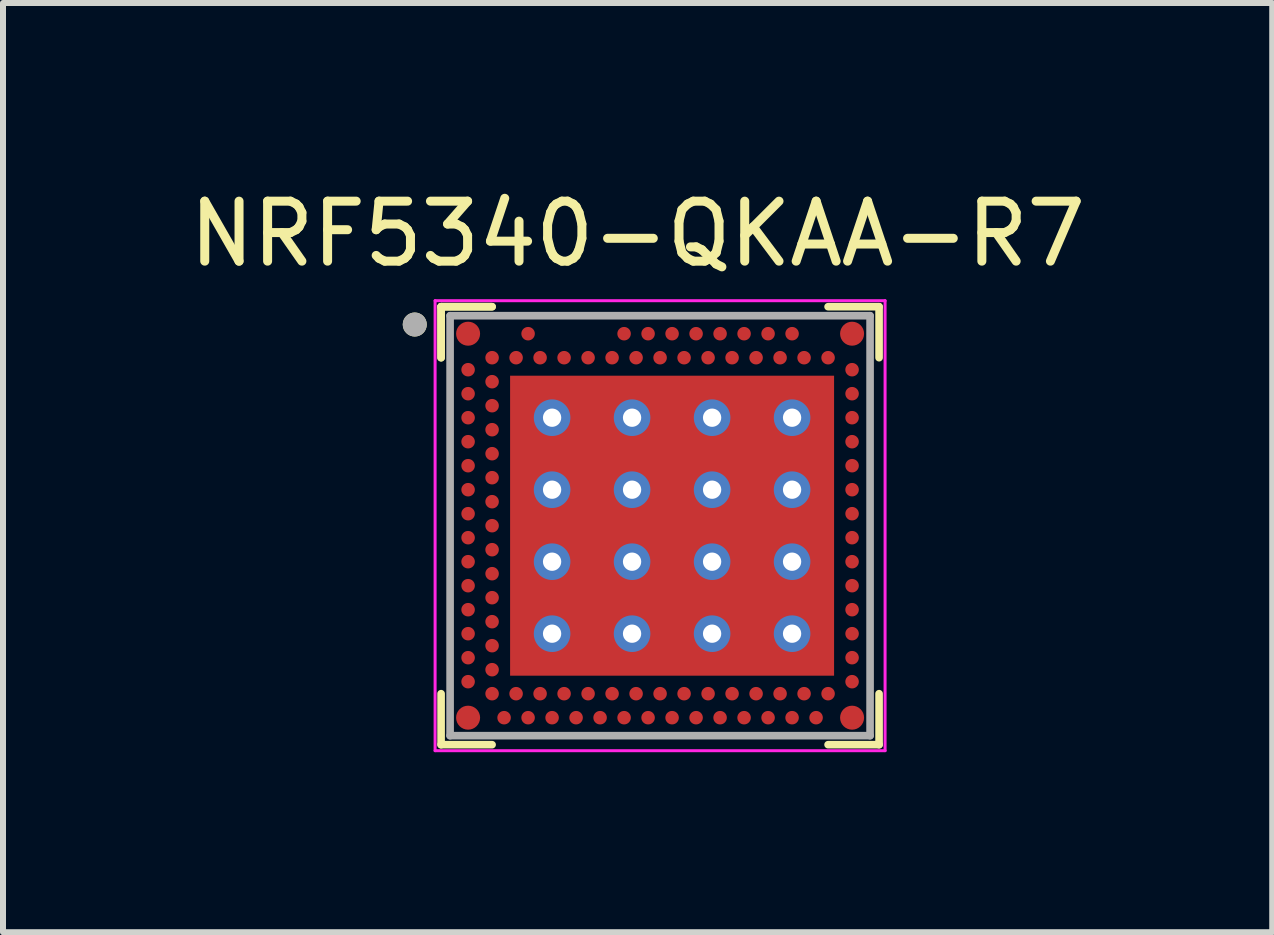
<source format=kicad_pcb>
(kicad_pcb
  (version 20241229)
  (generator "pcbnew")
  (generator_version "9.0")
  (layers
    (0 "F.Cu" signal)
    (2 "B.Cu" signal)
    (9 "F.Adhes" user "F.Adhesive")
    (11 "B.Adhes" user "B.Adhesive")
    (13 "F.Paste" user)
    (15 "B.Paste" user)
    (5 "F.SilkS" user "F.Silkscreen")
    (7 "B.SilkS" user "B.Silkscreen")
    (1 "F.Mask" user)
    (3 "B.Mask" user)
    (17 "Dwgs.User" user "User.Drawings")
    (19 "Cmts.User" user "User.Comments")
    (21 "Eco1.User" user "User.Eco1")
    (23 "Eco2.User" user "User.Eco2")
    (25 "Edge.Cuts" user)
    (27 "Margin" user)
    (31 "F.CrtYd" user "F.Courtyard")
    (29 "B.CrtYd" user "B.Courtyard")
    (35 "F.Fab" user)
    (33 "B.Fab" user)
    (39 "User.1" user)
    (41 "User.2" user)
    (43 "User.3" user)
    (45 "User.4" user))
  (footprint "NRF5340-QKAA-R7"
    (layer "F.Cu")
    (at 7.952 5.712)
    (property "Reference" "NRF5340-QKAA-R7" (at -0.375 -4.864 0) (layer "F.SilkS") (effects (font (size 1 1) (thickness 0.15))))
    (attr smd)
    (fp_line (start -3.65 -3.65) (end -3.65 -2.8) (stroke (width 0.127) (type solid)) (layer "F.SilkS"))
    (fp_line (start -3.65 -3.65) (end -3.65 -2.8) (stroke (width 0.127) (type solid)) (layer "F.SilkS"))
    (fp_line (start -3.65 2.8) (end -3.65 3.65) (stroke (width 0.127) (type solid)) (layer "F.SilkS"))
    (fp_line (start -3.65 3.65) (end -2.8 3.65) (stroke (width 0.127) (type solid)) (layer "F.SilkS"))
    (fp_line (start -2.8 -3.65) (end -3.65 -3.65) (stroke (width 0.127) (type solid)) (layer "F.SilkS"))
    (fp_line (start -2.8 -3.65) (end -3.65 -3.65) (stroke (width 0.127) (type solid)) (layer "F.SilkS"))
    (fp_line (start 2.8 3.65) (end 3.65 3.65) (stroke (width 0.127) (type solid)) (layer "F.SilkS"))
    (fp_line (start 3.65 -3.65) (end 2.8 -3.65) (stroke (width 0.127) (type solid)) (layer "F.SilkS"))
    (fp_line (start 3.65 -2.8) (end 3.65 -3.65) (stroke (width 0.127) (type solid)) (layer "F.SilkS"))
    (fp_line (start 3.65 3.65) (end 3.65 2.8) (stroke (width 0.127) (type solid)) (layer "F.SilkS"))
    (fp_circle (center -4.089 -3.353) (end -3.989 -3.353) (stroke (width 0.2) (type solid)) (fill no) (layer "F.SilkS"))
    (fp_circle (center -3.2 -3.2) (end -3.103 -3.2) (stroke (width 0.194) (type solid)) (fill no) (layer "F.Paste"))
    (fp_circle (center -3.2 -2.6) (end -3.147 -2.6) (stroke (width 0.106) (type solid)) (fill no) (layer "F.Paste"))
    (fp_circle (center -3.2 -2.2) (end -3.147 -2.2) (stroke (width 0.106) (type solid)) (fill no) (layer "F.Paste"))
    (fp_circle (center -3.2 -1.8) (end -3.147 -1.8) (stroke (width 0.106) (type solid)) (fill no) (layer "F.Paste"))
    (fp_circle (center -3.2 -1.4) (end -3.147 -1.4) (stroke (width 0.106) (type solid)) (fill no) (layer "F.Paste"))
    (fp_circle (center -3.2 -1) (end -3.147 -1) (stroke (width 0.106) (type solid)) (fill no) (layer "F.Paste"))
    (fp_circle (center -3.2 -0.6) (end -3.147 -0.6) (stroke (width 0.106) (type solid)) (fill no) (layer "F.Paste"))
    (fp_circle (center -3.2 -0.2) (end -3.147 -0.2) (stroke (width 0.106) (type solid)) (fill no) (layer "F.Paste"))
    (fp_circle (center -3.2 0.2) (end -3.147 0.2) (stroke (width 0.106) (type solid)) (fill no) (layer "F.Paste"))
    (fp_circle (center -3.2 0.6) (end -3.147 0.6) (stroke (width 0.106) (type solid)) (fill no) (layer "F.Paste"))
    (fp_circle (center -3.2 1) (end -3.147 1) (stroke (width 0.106) (type solid)) (fill no) (layer "F.Paste"))
    (fp_circle (center -3.2 1.4) (end -3.147 1.4) (stroke (width 0.106) (type solid)) (fill no) (layer "F.Paste"))
    (fp_circle (center -3.2 1.8) (end -3.147 1.8) (stroke (width 0.106) (type solid)) (fill no) (layer "F.Paste"))
    (fp_circle (center -3.2 2.2) (end -3.147 2.2) (stroke (width 0.106) (type solid)) (fill no) (layer "F.Paste"))
    (fp_circle (center -3.2 2.6) (end -3.147 2.6) (stroke (width 0.106) (type solid)) (fill no) (layer "F.Paste"))
    (fp_circle (center -3.2 3.2) (end -3.103 3.2) (stroke (width 0.194) (type solid)) (fill no) (layer "F.Paste"))
    (fp_circle (center -2.8 -2.8) (end -2.747 -2.8) (stroke (width 0.106) (type solid)) (fill no) (layer "F.Paste"))
    (fp_circle (center -2.8 -2.4) (end -2.747 -2.4) (stroke (width 0.106) (type solid)) (fill no) (layer "F.Paste"))
    (fp_circle (center -2.8 -2) (end -2.747 -2) (stroke (width 0.106) (type solid)) (fill no) (layer "F.Paste"))
    (fp_circle (center -2.8 -1.6) (end -2.747 -1.6) (stroke (width 0.106) (type solid)) (fill no) (layer "F.Paste"))
    (fp_circle (center -2.8 -1.2) (end -2.747 -1.2) (stroke (width 0.106) (type solid)) (fill no) (layer "F.Paste"))
    (fp_circle (center -2.8 -0.8) (end -2.747 -0.8) (stroke (width 0.106) (type solid)) (fill no) (layer "F.Paste"))
    (fp_circle (center -2.8 -0.4) (end -2.747 -0.4) (stroke (width 0.106) (type solid)) (fill no) (layer "F.Paste"))
    (fp_circle (center -2.8 0) (end -2.747 0) (stroke (width 0.106) (type solid)) (fill no) (layer "F.Paste"))
    (fp_circle (center -2.8 0.4) (end -2.747 0.4) (stroke (width 0.106) (type solid)) (fill no) (layer "F.Paste"))
    (fp_circle (center -2.8 0.8) (end -2.747 0.8) (stroke (width 0.106) (type solid)) (fill no) (layer "F.Paste"))
    (fp_circle (center -2.8 1.2) (end -2.747 1.2) (stroke (width 0.106) (type solid)) (fill no) (layer "F.Paste"))
    (fp_circle (center -2.8 1.6) (end -2.747 1.6) (stroke (width 0.106) (type solid)) (fill no) (layer "F.Paste"))
    (fp_circle (center -2.8 2) (end -2.747 2) (stroke (width 0.106) (type solid)) (fill no) (layer "F.Paste"))
    (fp_circle (center -2.8 2.4) (end -2.747 2.4) (stroke (width 0.106) (type solid)) (fill no) (layer "F.Paste"))
    (fp_circle (center -2.8 2.8) (end -2.747 2.8) (stroke (width 0.106) (type solid)) (fill no) (layer "F.Paste"))
    (fp_circle (center -2.6 3.2) (end -2.547 3.2) (stroke (width 0.106) (type solid)) (fill no) (layer "F.Paste"))
    (fp_circle (center -2.4 -2.8) (end -2.347 -2.8) (stroke (width 0.106) (type solid)) (fill no) (layer "F.Paste"))
    (fp_circle (center -2.4 2.8) (end -2.347 2.8) (stroke (width 0.106) (type solid)) (fill no) (layer "F.Paste"))
    (fp_circle (center -2.2 -3.2) (end -2.147 -3.2) (stroke (width 0.106) (type solid)) (fill no) (layer "F.Paste"))
    (fp_circle (center -2.2 3.2) (end -2.147 3.2) (stroke (width 0.106) (type solid)) (fill no) (layer "F.Paste"))
    (fp_circle (center -2 -2.8) (end -1.947 -2.8) (stroke (width 0.106) (type solid)) (fill no) (layer "F.Paste"))
    (fp_circle (center -2 2.8) (end -1.947 2.8) (stroke (width 0.106) (type solid)) (fill no) (layer "F.Paste"))
    (fp_circle (center -1.8 3.2) (end -1.747 3.2) (stroke (width 0.106) (type solid)) (fill no) (layer "F.Paste"))
    (fp_circle (center -1.6 -2.8) (end -1.547 -2.8) (stroke (width 0.106) (type solid)) (fill no) (layer "F.Paste"))
    (fp_circle (center -1.6 2.8) (end -1.547 2.8) (stroke (width 0.106) (type solid)) (fill no) (layer "F.Paste"))
    (fp_circle (center -1.4 3.2) (end -1.347 3.2) (stroke (width 0.106) (type solid)) (fill no) (layer "F.Paste"))
    (fp_circle (center -1.2 -2.8) (end -1.147 -2.8) (stroke (width 0.106) (type solid)) (fill no) (layer "F.Paste"))
    (fp_circle (center -1.2 2.8) (end -1.147 2.8) (stroke (width 0.106) (type solid)) (fill no) (layer "F.Paste"))
    (fp_circle (center -1 3.2) (end -0.947 3.2) (stroke (width 0.106) (type solid)) (fill no) (layer "F.Paste"))
    (fp_circle (center -0.8 -2.8) (end -0.747 -2.8) (stroke (width 0.106) (type solid)) (fill no) (layer "F.Paste"))
    (fp_circle (center -0.8 2.8) (end -0.747 2.8) (stroke (width 0.106) (type solid)) (fill no) (layer "F.Paste"))
    (fp_circle (center -0.6 -3.2) (end -0.547 -3.2) (stroke (width 0.106) (type solid)) (fill no) (layer "F.Paste"))
    (fp_circle (center -0.6 3.2) (end -0.547 3.2) (stroke (width 0.106) (type solid)) (fill no) (layer "F.Paste"))
    (fp_circle (center -0.4 -2.8) (end -0.347 -2.8) (stroke (width 0.106) (type solid)) (fill no) (layer "F.Paste"))
    (fp_circle (center -0.4 2.8) (end -0.347 2.8) (stroke (width 0.106) (type solid)) (fill no) (layer "F.Paste"))
    (fp_circle (center -0.2 -3.2) (end -0.147 -3.2) (stroke (width 0.106) (type solid)) (fill no) (layer "F.Paste"))
    (fp_circle (center -0.2 3.2) (end -0.147 3.2) (stroke (width 0.106) (type solid)) (fill no) (layer "F.Paste"))
    (fp_circle (center 0 -2.8) (end 0.053 -2.8) (stroke (width 0.106) (type solid)) (fill no) (layer "F.Paste"))
    (fp_circle (center 0 2.8) (end 0.053 2.8) (stroke (width 0.106) (type solid)) (fill no) (layer "F.Paste"))
    (fp_circle (center 0.2 -3.2) (end 0.253 -3.2) (stroke (width 0.106) (type solid)) (fill no) (layer "F.Paste"))
    (fp_circle (center 0.2 3.2) (end 0.253 3.2) (stroke (width 0.106) (type solid)) (fill no) (layer "F.Paste"))
    (fp_circle (center 0.4 -2.8) (end 0.453 -2.8) (stroke (width 0.106) (type solid)) (fill no) (layer "F.Paste"))
    (fp_circle (center 0.4 2.8) (end 0.453 2.8) (stroke (width 0.106) (type solid)) (fill no) (layer "F.Paste"))
    (fp_circle (center 0.6 -3.2) (end 0.653 -3.2) (stroke (width 0.106) (type solid)) (fill no) (layer "F.Paste"))
    (fp_circle (center 0.6 3.2) (end 0.653 3.2) (stroke (width 0.106) (type solid)) (fill no) (layer "F.Paste"))
    (fp_circle (center 0.8 -2.8) (end 0.853 -2.8) (stroke (width 0.106) (type solid)) (fill no) (layer "F.Paste"))
    (fp_circle (center 0.8 2.8) (end 0.853 2.8) (stroke (width 0.106) (type solid)) (fill no) (layer "F.Paste"))
    (fp_circle (center 1 -3.2) (end 1.053 -3.2) (stroke (width 0.106) (type solid)) (fill no) (layer "F.Paste"))
    (fp_circle (center 1 3.2) (end 1.053 3.2) (stroke (width 0.106) (type solid)) (fill no) (layer "F.Paste"))
    (fp_circle (center 1.2 -2.8) (end 1.253 -2.8) (stroke (width 0.106) (type solid)) (fill no) (layer "F.Paste"))
    (fp_circle (center 1.2 2.8) (end 1.253 2.8) (stroke (width 0.106) (type solid)) (fill no) (layer "F.Paste"))
    (fp_circle (center 1.4 -3.2) (end 1.453 -3.2) (stroke (width 0.106) (type solid)) (fill no) (layer "F.Paste"))
    (fp_circle (center 1.4 3.2) (end 1.453 3.2) (stroke (width 0.106) (type solid)) (fill no) (layer "F.Paste"))
    (fp_circle (center 1.6 -2.8) (end 1.653 -2.8) (stroke (width 0.106) (type solid)) (fill no) (layer "F.Paste"))
    (fp_circle (center 1.6 2.8) (end 1.653 2.8) (stroke (width 0.106) (type solid)) (fill no) (layer "F.Paste"))
    (fp_circle (center 1.8 -3.2) (end 1.853 -3.2) (stroke (width 0.106) (type solid)) (fill no) (layer "F.Paste"))
    (fp_circle (center 1.8 3.2) (end 1.853 3.2) (stroke (width 0.106) (type solid)) (fill no) (layer "F.Paste"))
    (fp_circle (center 2 -2.8) (end 2.053 -2.8) (stroke (width 0.106) (type solid)) (fill no) (layer "F.Paste"))
    (fp_circle (center 2 2.8) (end 2.053 2.8) (stroke (width 0.106) (type solid)) (fill no) (layer "F.Paste"))
    (fp_circle (center 2.2 -3.2) (end 2.253 -3.2) (stroke (width 0.106) (type solid)) (fill no) (layer "F.Paste"))
    (fp_circle (center 2.2 3.2) (end 2.253 3.2) (stroke (width 0.106) (type solid)) (fill no) (layer "F.Paste"))
    (fp_circle (center 2.4 -2.8) (end 2.453 -2.8) (stroke (width 0.106) (type solid)) (fill no) (layer "F.Paste"))
    (fp_circle (center 2.4 2.8) (end 2.453 2.8) (stroke (width 0.106) (type solid)) (fill no) (layer "F.Paste"))
    (fp_circle (center 2.6 3.2) (end 2.653 3.2) (stroke (width 0.106) (type solid)) (fill no) (layer "F.Paste"))
    (fp_circle (center 2.8 -2.8) (end 2.853 -2.8) (stroke (width 0.106) (type solid)) (fill no) (layer "F.Paste"))
    (fp_circle (center 2.8 2.8) (end 2.853 2.8) (stroke (width 0.106) (type solid)) (fill no) (layer "F.Paste"))
    (fp_circle (center 3.2 -3.2) (end 3.297 -3.2) (stroke (width 0.194) (type solid)) (fill no) (layer "F.Paste"))
    (fp_circle (center 3.2 -2.6) (end 3.253 -2.6) (stroke (width 0.106) (type solid)) (fill no) (layer "F.Paste"))
    (fp_circle (center 3.2 -2.2) (end 3.253 -2.2) (stroke (width 0.106) (type solid)) (fill no) (layer "F.Paste"))
    (fp_circle (center 3.2 -1.8) (end 3.253 -1.8) (stroke (width 0.106) (type solid)) (fill no) (layer "F.Paste"))
    (fp_circle (center 3.2 -1.4) (end 3.253 -1.4) (stroke (width 0.106) (type solid)) (fill no) (layer "F.Paste"))
    (fp_circle (center 3.2 -1) (end 3.253 -1) (stroke (width 0.106) (type solid)) (fill no) (layer "F.Paste"))
    (fp_circle (center 3.2 -0.6) (end 3.253 -0.6) (stroke (width 0.106) (type solid)) (fill no) (layer "F.Paste"))
    (fp_circle (center 3.2 -0.2) (end 3.253 -0.2) (stroke (width 0.106) (type solid)) (fill no) (layer "F.Paste"))
    (fp_circle (center 3.2 0.2) (end 3.253 0.2) (stroke (width 0.106) (type solid)) (fill no) (layer "F.Paste"))
    (fp_circle (center 3.2 0.6) (end 3.253 0.6) (stroke (width 0.106) (type solid)) (fill no) (layer "F.Paste"))
    (fp_circle (center 3.2 1) (end 3.253 1) (stroke (width 0.106) (type solid)) (fill no) (layer "F.Paste"))
    (fp_circle (center 3.2 1.4) (end 3.253 1.4) (stroke (width 0.106) (type solid)) (fill no) (layer "F.Paste"))
    (fp_circle (center 3.2 1.8) (end 3.253 1.8) (stroke (width 0.106) (type solid)) (fill no) (layer "F.Paste"))
    (fp_circle (center 3.2 2.2) (end 3.253 2.2) (stroke (width 0.106) (type solid)) (fill no) (layer "F.Paste"))
    (fp_circle (center 3.2 2.6) (end 3.253 2.6) (stroke (width 0.106) (type solid)) (fill no) (layer "F.Paste"))
    (fp_circle (center 3.2 3.2) (end 3.297 3.2) (stroke (width 0.194) (type solid)) (fill no) (layer "F.Paste"))
    (fp_poly (pts (xy -2.3 -2.06) (xy -2.299 -2.072) (xy -2.298 -2.085) (xy -2.296 -2.098) (xy -2.294 -2.11) (xy -2.291 -2.123) (xy -2.287 -2.135) (xy -2.282 -2.147) (xy -2.277 -2.159) (xy -2.271 -2.17) (xy -2.265 -2.181) (xy -2.258 -2.192) (xy -2.251 -2.202) (xy -2.243 -2.213) (xy -2.234 -2.222) (xy -2.225 -2.231) (xy -2.216 -2.24) (xy -2.206 -2.248) (xy -2.196 -2.256) (xy -2.185 -2.263) (xy -2.174 -2.269) (xy -2.162 -2.275) (xy -2.151 -2.281) (xy -2.139 -2.285) (xy -2.127 -2.289) (xy -2.114 -2.293) (xy -2.102 -2.296) (xy -2.089 -2.298) (xy -2.076 -2.299) (xy -2.064 -2.3) (xy -2.05 -2.3) (xy -1.45 -2.3) (xy -1.436 -2.3) (xy -1.424 -2.299) (xy -1.411 -2.298) (xy -1.398 -2.296) (xy -1.386 -2.293) (xy -1.373 -2.289) (xy -1.361 -2.285) (xy -1.349 -2.281) (xy -1.338 -2.275) (xy -1.326 -2.269) (xy -1.315 -2.263) (xy -1.304 -2.256) (xy -1.294 -2.248) (xy -1.284 -2.24) (xy -1.275 -2.231) (xy -1.266 -2.222) (xy -1.257 -2.213) (xy -1.249 -2.202) (xy -1.242 -2.192) (xy -1.235 -2.181) (xy -1.229 -2.17) (xy -1.223 -2.159) (xy -1.218 -2.147) (xy -1.213 -2.135) (xy -1.209 -2.123) (xy -1.206 -2.11) (xy -1.204 -2.098) (xy -1.202 -2.085) (xy -1.201 -2.072) (xy -1.2 -2.06) (xy -1.2 -1.54) (xy -1.201 -1.528) (xy -1.202 -1.515) (xy -1.204 -1.502) (xy -1.206 -1.49) (xy -1.209 -1.477) (xy -1.213 -1.465) (xy -1.218 -1.453) (xy -1.223 -1.441) (xy -1.229 -1.43) (xy -1.235 -1.419) (xy -1.242 -1.408) (xy -1.249 -1.398) (xy -1.257 -1.387) (xy -1.266 -1.378) (xy -1.275 -1.369) (xy -1.284 -1.36) (xy -1.294 -1.352) (xy -1.304 -1.344) (xy -1.315 -1.337) (xy -1.326 -1.331) (xy -1.338 -1.325) (xy -1.349 -1.319) (xy -1.361 -1.315) (xy -1.373 -1.311) (xy -1.386 -1.307) (xy -1.398 -1.304) (xy -1.411 -1.302) (xy -1.424 -1.301) (xy -1.436 -1.3) (xy -1.45 -1.3) (xy -2.05 -1.3) (xy -2.064 -1.3) (xy -2.076 -1.301) (xy -2.089 -1.302) (xy -2.102 -1.304) (xy -2.114 -1.307) (xy -2.127 -1.311) (xy -2.139 -1.315) (xy -2.151 -1.319) (xy -2.162 -1.325) (xy -2.174 -1.331) (xy -2.185 -1.337) (xy -2.196 -1.344) (xy -2.206 -1.352) (xy -2.216 -1.36) (xy -2.225 -1.369) (xy -2.234 -1.378) (xy -2.243 -1.387) (xy -2.251 -1.398) (xy -2.258 -1.408) (xy -2.265 -1.419) (xy -2.271 -1.43) (xy -2.277 -1.441) (xy -2.282 -1.453) (xy -2.287 -1.465) (xy -2.291 -1.477) (xy -2.294 -1.49) (xy -2.296 -1.502) (xy -2.298 -1.515) (xy -2.299 -1.528) (xy -2.3 -1.54) (xy -2.3 -2.06)) (stroke (width 0.01) (type solid)) (fill yes) (layer "F.Paste"))
    (fp_poly (pts (xy -2.3 -0.86) (xy -2.299 -0.872) (xy -2.298 -0.885) (xy -2.296 -0.898) (xy -2.294 -0.91) (xy -2.291 -0.923) (xy -2.287 -0.935) (xy -2.282 -0.947) (xy -2.277 -0.959) (xy -2.271 -0.97) (xy -2.265 -0.981) (xy -2.258 -0.992) (xy -2.251 -1.002) (xy -2.243 -1.013) (xy -2.234 -1.022) (xy -2.225 -1.031) (xy -2.216 -1.04) (xy -2.206 -1.048) (xy -2.196 -1.056) (xy -2.185 -1.063) (xy -2.174 -1.069) (xy -2.162 -1.075) (xy -2.151 -1.081) (xy -2.139 -1.085) (xy -2.127 -1.089) (xy -2.114 -1.093) (xy -2.102 -1.096) (xy -2.089 -1.098) (xy -2.076 -1.099) (xy -2.064 -1.1) (xy -2.05 -1.1) (xy -1.45 -1.1) (xy -1.436 -1.1) (xy -1.424 -1.099) (xy -1.411 -1.098) (xy -1.398 -1.096) (xy -1.386 -1.093) (xy -1.373 -1.089) (xy -1.361 -1.085) (xy -1.349 -1.081) (xy -1.338 -1.075) (xy -1.326 -1.069) (xy -1.315 -1.063) (xy -1.304 -1.056) (xy -1.294 -1.048) (xy -1.284 -1.04) (xy -1.275 -1.031) (xy -1.266 -1.022) (xy -1.257 -1.013) (xy -1.249 -1.002) (xy -1.242 -0.992) (xy -1.235 -0.981) (xy -1.229 -0.97) (xy -1.223 -0.959) (xy -1.218 -0.947) (xy -1.213 -0.935) (xy -1.209 -0.923) (xy -1.206 -0.91) (xy -1.204 -0.898) (xy -1.202 -0.885) (xy -1.201 -0.872) (xy -1.2 -0.86) (xy -1.2 -0.34) (xy -1.201 -0.328) (xy -1.202 -0.315) (xy -1.204 -0.302) (xy -1.206 -0.29) (xy -1.209 -0.277) (xy -1.213 -0.265) (xy -1.218 -0.253) (xy -1.223 -0.241) (xy -1.229 -0.23) (xy -1.235 -0.219) (xy -1.242 -0.208) (xy -1.249 -0.198) (xy -1.257 -0.187) (xy -1.266 -0.178) (xy -1.275 -0.169) (xy -1.284 -0.16) (xy -1.294 -0.152) (xy -1.304 -0.144) (xy -1.315 -0.137) (xy -1.326 -0.131) (xy -1.338 -0.125) (xy -1.349 -0.119) (xy -1.361 -0.115) (xy -1.373 -0.111) (xy -1.386 -0.107) (xy -1.398 -0.104) (xy -1.411 -0.102) (xy -1.424 -0.101) (xy -1.436 -0.1) (xy -1.45 -0.1) (xy -2.05 -0.1) (xy -2.064 -0.1) (xy -2.076 -0.101) (xy -2.089 -0.102) (xy -2.102 -0.104) (xy -2.114 -0.107) (xy -2.127 -0.111) (xy -2.139 -0.115) (xy -2.151 -0.119) (xy -2.162 -0.125) (xy -2.174 -0.131) (xy -2.185 -0.137) (xy -2.196 -0.144) (xy -2.206 -0.152) (xy -2.216 -0.16) (xy -2.225 -0.169) (xy -2.234 -0.178) (xy -2.243 -0.187) (xy -2.251 -0.198) (xy -2.258 -0.208) (xy -2.265 -0.219) (xy -2.271 -0.23) (xy -2.277 -0.241) (xy -2.282 -0.253) (xy -2.287 -0.265) (xy -2.291 -0.277) (xy -2.294 -0.29) (xy -2.296 -0.302) (xy -2.298 -0.315) (xy -2.299 -0.328) (xy -2.3 -0.34) (xy -2.3 -0.86)) (stroke (width 0.01) (type solid)) (fill yes) (layer "F.Paste"))
    (fp_poly (pts (xy -2.3 0.34) (xy -2.299 0.328) (xy -2.298 0.315) (xy -2.296 0.302) (xy -2.294 0.29) (xy -2.291 0.277) (xy -2.287 0.265) (xy -2.282 0.253) (xy -2.277 0.241) (xy -2.271 0.23) (xy -2.265 0.219) (xy -2.258 0.208) (xy -2.251 0.198) (xy -2.243 0.187) (xy -2.234 0.178) (xy -2.225 0.169) (xy -2.216 0.16) (xy -2.206 0.152) (xy -2.196 0.144) (xy -2.185 0.137) (xy -2.174 0.131) (xy -2.162 0.125) (xy -2.151 0.119) (xy -2.139 0.115) (xy -2.127 0.111) (xy -2.114 0.107) (xy -2.102 0.104) (xy -2.089 0.102) (xy -2.076 0.101) (xy -2.064 0.1) (xy -2.05 0.1) (xy -1.45 0.1) (xy -1.436 0.1) (xy -1.424 0.101) (xy -1.411 0.102) (xy -1.398 0.104) (xy -1.386 0.107) (xy -1.373 0.111) (xy -1.361 0.115) (xy -1.349 0.119) (xy -1.338 0.125) (xy -1.326 0.131) (xy -1.315 0.137) (xy -1.304 0.144) (xy -1.294 0.152) (xy -1.284 0.16) (xy -1.275 0.169) (xy -1.266 0.178) (xy -1.257 0.187) (xy -1.249 0.198) (xy -1.242 0.208) (xy -1.235 0.219) (xy -1.229 0.23) (xy -1.223 0.241) (xy -1.218 0.253) (xy -1.213 0.265) (xy -1.209 0.277) (xy -1.206 0.29) (xy -1.204 0.302) (xy -1.202 0.315) (xy -1.201 0.328) (xy -1.2 0.34) (xy -1.2 0.86) (xy -1.201 0.872) (xy -1.202 0.885) (xy -1.204 0.898) (xy -1.206 0.91) (xy -1.209 0.923) (xy -1.213 0.935) (xy -1.218 0.947) (xy -1.223 0.959) (xy -1.229 0.97) (xy -1.235 0.981) (xy -1.242 0.992) (xy -1.249 1.002) (xy -1.257 1.013) (xy -1.266 1.022) (xy -1.275 1.031) (xy -1.284 1.04) (xy -1.294 1.048) (xy -1.304 1.056) (xy -1.315 1.063) (xy -1.326 1.069) (xy -1.338 1.075) (xy -1.349 1.081) (xy -1.361 1.085) (xy -1.373 1.089) (xy -1.386 1.093) (xy -1.398 1.096) (xy -1.411 1.098) (xy -1.424 1.099) (xy -1.436 1.1) (xy -1.45 1.1) (xy -2.05 1.1) (xy -2.064 1.1) (xy -2.076 1.099) (xy -2.089 1.098) (xy -2.102 1.096) (xy -2.114 1.093) (xy -2.127 1.089) (xy -2.139 1.085) (xy -2.151 1.081) (xy -2.162 1.075) (xy -2.174 1.069) (xy -2.185 1.063) (xy -2.196 1.056) (xy -2.206 1.048) (xy -2.216 1.04) (xy -2.225 1.031) (xy -2.234 1.022) (xy -2.243 1.013) (xy -2.251 1.002) (xy -2.258 0.992) (xy -2.265 0.981) (xy -2.271 0.97) (xy -2.277 0.959) (xy -2.282 0.947) (xy -2.287 0.935) (xy -2.291 0.923) (xy -2.294 0.91) (xy -2.296 0.898) (xy -2.298 0.885) (xy -2.299 0.872) (xy -2.3 0.86) (xy -2.3 0.34)) (stroke (width 0.01) (type solid)) (fill yes) (layer "F.Paste"))
    (fp_poly (pts (xy -2.3 1.54) (xy -2.299 1.528) (xy -2.298 1.515) (xy -2.296 1.502) (xy -2.294 1.49) (xy -2.291 1.477) (xy -2.287 1.465) (xy -2.282 1.453) (xy -2.277 1.441) (xy -2.271 1.43) (xy -2.265 1.419) (xy -2.258 1.408) (xy -2.251 1.398) (xy -2.243 1.387) (xy -2.234 1.378) (xy -2.225 1.369) (xy -2.216 1.36) (xy -2.206 1.352) (xy -2.196 1.344) (xy -2.185 1.337) (xy -2.174 1.331) (xy -2.162 1.325) (xy -2.151 1.319) (xy -2.139 1.315) (xy -2.127 1.311) (xy -2.114 1.307) (xy -2.102 1.304) (xy -2.089 1.302) (xy -2.076 1.301) (xy -2.064 1.3) (xy -2.05 1.3) (xy -1.45 1.3) (xy -1.436 1.3) (xy -1.424 1.301) (xy -1.411 1.302) (xy -1.398 1.304) (xy -1.386 1.307) (xy -1.373 1.311) (xy -1.361 1.315) (xy -1.349 1.319) (xy -1.338 1.325) (xy -1.326 1.331) (xy -1.315 1.337) (xy -1.304 1.344) (xy -1.294 1.352) (xy -1.284 1.36) (xy -1.275 1.369) (xy -1.266 1.378) (xy -1.257 1.387) (xy -1.249 1.398) (xy -1.242 1.408) (xy -1.235 1.419) (xy -1.229 1.43) (xy -1.223 1.441) (xy -1.218 1.453) (xy -1.213 1.465) (xy -1.209 1.477) (xy -1.206 1.49) (xy -1.204 1.502) (xy -1.202 1.515) (xy -1.201 1.528) (xy -1.2 1.54) (xy -1.2 2.06) (xy -1.201 2.072) (xy -1.202 2.085) (xy -1.204 2.098) (xy -1.206 2.11) (xy -1.209 2.123) (xy -1.213 2.135) (xy -1.218 2.147) (xy -1.223 2.159) (xy -1.229 2.17) (xy -1.235 2.181) (xy -1.242 2.192) (xy -1.249 2.202) (xy -1.257 2.213) (xy -1.266 2.222) (xy -1.275 2.231) (xy -1.284 2.24) (xy -1.294 2.248) (xy -1.304 2.256) (xy -1.315 2.263) (xy -1.326 2.269) (xy -1.338 2.275) (xy -1.349 2.281) (xy -1.361 2.285) (xy -1.373 2.289) (xy -1.386 2.293) (xy -1.398 2.296) (xy -1.411 2.298) (xy -1.424 2.299) (xy -1.436 2.3) (xy -1.45 2.3) (xy -2.05 2.3) (xy -2.064 2.3) (xy -2.076 2.299) (xy -2.089 2.298) (xy -2.102 2.296) (xy -2.114 2.293) (xy -2.127 2.289) (xy -2.139 2.285) (xy -2.151 2.281) (xy -2.162 2.275) (xy -2.174 2.269) (xy -2.185 2.263) (xy -2.196 2.256) (xy -2.206 2.248) (xy -2.216 2.24) (xy -2.225 2.231) (xy -2.234 2.222) (xy -2.243 2.213) (xy -2.251 2.202) (xy -2.258 2.192) (xy -2.265 2.181) (xy -2.271 2.17) (xy -2.277 2.159) (xy -2.282 2.147) (xy -2.287 2.135) (xy -2.291 2.123) (xy -2.294 2.11) (xy -2.296 2.098) (xy -2.298 2.085) (xy -2.299 2.072) (xy -2.3 2.06) (xy -2.3 1.54)) (stroke (width 0.01) (type solid)) (fill yes) (layer "F.Paste"))
    (fp_poly (pts (xy -1 -2.06) (xy -0.999 -2.072) (xy -0.998 -2.085) (xy -0.996 -2.098) (xy -0.994 -2.11) (xy -0.991 -2.123) (xy -0.987 -2.135) (xy -0.982 -2.147) (xy -0.977 -2.159) (xy -0.971 -2.17) (xy -0.965 -2.181) (xy -0.958 -2.192) (xy -0.951 -2.202) (xy -0.943 -2.213) (xy -0.934 -2.222) (xy -0.925 -2.231) (xy -0.916 -2.24) (xy -0.906 -2.248) (xy -0.896 -2.256) (xy -0.885 -2.263) (xy -0.874 -2.269) (xy -0.862 -2.275) (xy -0.851 -2.281) (xy -0.839 -2.285) (xy -0.827 -2.289) (xy -0.814 -2.293) (xy -0.802 -2.296) (xy -0.789 -2.298) (xy -0.776 -2.299) (xy -0.764 -2.3) (xy -0.75 -2.3) (xy -0.15 -2.3) (xy -0.136 -2.3) (xy -0.124 -2.299) (xy -0.111 -2.298) (xy -0.098 -2.296) (xy -0.086 -2.293) (xy -0.073 -2.289) (xy -0.061 -2.285) (xy -0.049 -2.281) (xy -0.038 -2.275) (xy -0.026 -2.269) (xy -0.015 -2.263) (xy -0.004 -2.256) (xy 0.006 -2.248) (xy 0.016 -2.24) (xy 0.025 -2.231) (xy 0.034 -2.222) (xy 0.043 -2.213) (xy 0.051 -2.202) (xy 0.058 -2.192) (xy 0.065 -2.181) (xy 0.071 -2.17) (xy 0.077 -2.159) (xy 0.082 -2.147) (xy 0.087 -2.135) (xy 0.091 -2.123) (xy 0.094 -2.11) (xy 0.096 -2.098) (xy 0.098 -2.085) (xy 0.099 -2.072) (xy 0.1 -2.06) (xy 0.1 -1.54) (xy 0.099 -1.528) (xy 0.098 -1.515) (xy 0.096 -1.502) (xy 0.094 -1.49) (xy 0.091 -1.477) (xy 0.087 -1.465) (xy 0.082 -1.453) (xy 0.077 -1.441) (xy 0.071 -1.43) (xy 0.065 -1.419) (xy 0.058 -1.408) (xy 0.051 -1.398) (xy 0.043 -1.387) (xy 0.034 -1.378) (xy 0.025 -1.369) (xy 0.016 -1.36) (xy 0.006 -1.352) (xy -0.004 -1.344) (xy -0.015 -1.337) (xy -0.026 -1.331) (xy -0.038 -1.325) (xy -0.049 -1.319) (xy -0.061 -1.315) (xy -0.073 -1.311) (xy -0.086 -1.307) (xy -0.098 -1.304) (xy -0.111 -1.302) (xy -0.124 -1.301) (xy -0.136 -1.3) (xy -0.15 -1.3) (xy -0.75 -1.3) (xy -0.764 -1.3) (xy -0.776 -1.301) (xy -0.789 -1.302) (xy -0.802 -1.304) (xy -0.814 -1.307) (xy -0.827 -1.311) (xy -0.839 -1.315) (xy -0.851 -1.319) (xy -0.862 -1.325) (xy -0.874 -1.331) (xy -0.885 -1.337) (xy -0.896 -1.344) (xy -0.906 -1.352) (xy -0.916 -1.36) (xy -0.925 -1.369) (xy -0.934 -1.378) (xy -0.943 -1.387) (xy -0.951 -1.398) (xy -0.958 -1.408) (xy -0.965 -1.419) (xy -0.971 -1.43) (xy -0.977 -1.441) (xy -0.982 -1.453) (xy -0.987 -1.465) (xy -0.991 -1.477) (xy -0.994 -1.49) (xy -0.996 -1.502) (xy -0.998 -1.515) (xy -0.999 -1.528) (xy -1 -1.54) (xy -1 -2.06)) (stroke (width 0.01) (type solid)) (fill yes) (layer "F.Paste"))
    (fp_poly (pts (xy -1 -0.86) (xy -0.999 -0.872) (xy -0.998 -0.885) (xy -0.996 -0.898) (xy -0.994 -0.91) (xy -0.991 -0.923) (xy -0.987 -0.935) (xy -0.982 -0.947) (xy -0.977 -0.959) (xy -0.971 -0.97) (xy -0.965 -0.981) (xy -0.958 -0.992) (xy -0.951 -1.002) (xy -0.943 -1.013) (xy -0.934 -1.022) (xy -0.925 -1.031) (xy -0.916 -1.04) (xy -0.906 -1.048) (xy -0.896 -1.056) (xy -0.885 -1.063) (xy -0.874 -1.069) (xy -0.862 -1.075) (xy -0.851 -1.081) (xy -0.839 -1.085) (xy -0.827 -1.089) (xy -0.814 -1.093) (xy -0.802 -1.096) (xy -0.789 -1.098) (xy -0.776 -1.099) (xy -0.764 -1.1) (xy -0.75 -1.1) (xy -0.15 -1.1) (xy -0.136 -1.1) (xy -0.124 -1.099) (xy -0.111 -1.098) (xy -0.098 -1.096) (xy -0.086 -1.093) (xy -0.073 -1.089) (xy -0.061 -1.085) (xy -0.049 -1.081) (xy -0.038 -1.075) (xy -0.026 -1.069) (xy -0.015 -1.063) (xy -0.004 -1.056) (xy 0.006 -1.048) (xy 0.016 -1.04) (xy 0.025 -1.031) (xy 0.034 -1.022) (xy 0.043 -1.013) (xy 0.051 -1.002) (xy 0.058 -0.992) (xy 0.065 -0.981) (xy 0.071 -0.97) (xy 0.077 -0.959) (xy 0.082 -0.947) (xy 0.087 -0.935) (xy 0.091 -0.923) (xy 0.094 -0.91) (xy 0.096 -0.898) (xy 0.098 -0.885) (xy 0.099 -0.872) (xy 0.1 -0.86) (xy 0.1 -0.34) (xy 0.099 -0.328) (xy 0.098 -0.315) (xy 0.096 -0.302) (xy 0.094 -0.29) (xy 0.091 -0.277) (xy 0.087 -0.265) (xy 0.082 -0.253) (xy 0.077 -0.241) (xy 0.071 -0.23) (xy 0.065 -0.219) (xy 0.058 -0.208) (xy 0.051 -0.198) (xy 0.043 -0.187) (xy 0.034 -0.178) (xy 0.025 -0.169) (xy 0.016 -0.16) (xy 0.006 -0.152) (xy -0.004 -0.144) (xy -0.015 -0.137) (xy -0.026 -0.131) (xy -0.038 -0.125) (xy -0.049 -0.119) (xy -0.061 -0.115) (xy -0.073 -0.111) (xy -0.086 -0.107) (xy -0.098 -0.104) (xy -0.111 -0.102) (xy -0.124 -0.101) (xy -0.136 -0.1) (xy -0.15 -0.1) (xy -0.75 -0.1) (xy -0.764 -0.1) (xy -0.776 -0.101) (xy -0.789 -0.102) (xy -0.802 -0.104) (xy -0.814 -0.107) (xy -0.827 -0.111) (xy -0.839 -0.115) (xy -0.851 -0.119) (xy -0.862 -0.125) (xy -0.874 -0.131) (xy -0.885 -0.137) (xy -0.896 -0.144) (xy -0.906 -0.152) (xy -0.916 -0.16) (xy -0.925 -0.169) (xy -0.934 -0.178) (xy -0.943 -0.187) (xy -0.951 -0.198) (xy -0.958 -0.208) (xy -0.965 -0.219) (xy -0.971 -0.23) (xy -0.977 -0.241) (xy -0.982 -0.253) (xy -0.987 -0.265) (xy -0.991 -0.277) (xy -0.994 -0.29) (xy -0.996 -0.302) (xy -0.998 -0.315) (xy -0.999 -0.328) (xy -1 -0.34) (xy -1 -0.86)) (stroke (width 0.01) (type solid)) (fill yes) (layer "F.Paste"))
    (fp_poly (pts (xy -1 0.34) (xy -0.999 0.328) (xy -0.998 0.315) (xy -0.996 0.302) (xy -0.994 0.29) (xy -0.991 0.277) (xy -0.987 0.265) (xy -0.982 0.253) (xy -0.977 0.241) (xy -0.971 0.23) (xy -0.965 0.219) (xy -0.958 0.208) (xy -0.951 0.198) (xy -0.943 0.187) (xy -0.934 0.178) (xy -0.925 0.169) (xy -0.916 0.16) (xy -0.906 0.152) (xy -0.896 0.144) (xy -0.885 0.137) (xy -0.874 0.131) (xy -0.862 0.125) (xy -0.851 0.119) (xy -0.839 0.115) (xy -0.827 0.111) (xy -0.814 0.107) (xy -0.802 0.104) (xy -0.789 0.102) (xy -0.776 0.101) (xy -0.764 0.1) (xy -0.75 0.1) (xy -0.15 0.1) (xy -0.136 0.1) (xy -0.124 0.101) (xy -0.111 0.102) (xy -0.098 0.104) (xy -0.086 0.107) (xy -0.073 0.111) (xy -0.061 0.115) (xy -0.049 0.119) (xy -0.038 0.125) (xy -0.026 0.131) (xy -0.015 0.137) (xy -0.004 0.144) (xy 0.006 0.152) (xy 0.016 0.16) (xy 0.025 0.169) (xy 0.034 0.178) (xy 0.043 0.187) (xy 0.051 0.198) (xy 0.058 0.208) (xy 0.065 0.219) (xy 0.071 0.23) (xy 0.077 0.241) (xy 0.082 0.253) (xy 0.087 0.265) (xy 0.091 0.277) (xy 0.094 0.29) (xy 0.096 0.302) (xy 0.098 0.315) (xy 0.099 0.328) (xy 0.1 0.34) (xy 0.1 0.86) (xy 0.099 0.872) (xy 0.098 0.885) (xy 0.096 0.898) (xy 0.094 0.91) (xy 0.091 0.923) (xy 0.087 0.935) (xy 0.082 0.947) (xy 0.077 0.959) (xy 0.071 0.97) (xy 0.065 0.981) (xy 0.058 0.992) (xy 0.051 1.002) (xy 0.043 1.013) (xy 0.034 1.022) (xy 0.025 1.031) (xy 0.016 1.04) (xy 0.006 1.048) (xy -0.004 1.056) (xy -0.015 1.063) (xy -0.026 1.069) (xy -0.038 1.075) (xy -0.049 1.081) (xy -0.061 1.085) (xy -0.073 1.089) (xy -0.086 1.093) (xy -0.098 1.096) (xy -0.111 1.098) (xy -0.124 1.099) (xy -0.136 1.1) (xy -0.15 1.1) (xy -0.75 1.1) (xy -0.764 1.1) (xy -0.776 1.099) (xy -0.789 1.098) (xy -0.802 1.096) (xy -0.814 1.093) (xy -0.827 1.089) (xy -0.839 1.085) (xy -0.851 1.081) (xy -0.862 1.075) (xy -0.874 1.069) (xy -0.885 1.063) (xy -0.896 1.056) (xy -0.906 1.048) (xy -0.916 1.04) (xy -0.925 1.031) (xy -0.934 1.022) (xy -0.943 1.013) (xy -0.951 1.002) (xy -0.958 0.992) (xy -0.965 0.981) (xy -0.971 0.97) (xy -0.977 0.959) (xy -0.982 0.947) (xy -0.987 0.935) (xy -0.991 0.923) (xy -0.994 0.91) (xy -0.996 0.898) (xy -0.998 0.885) (xy -0.999 0.872) (xy -1 0.86) (xy -1 0.34)) (stroke (width 0.01) (type solid)) (fill yes) (layer "F.Paste"))
    (fp_poly (pts (xy -1 1.54) (xy -0.999 1.528) (xy -0.998 1.515) (xy -0.996 1.502) (xy -0.994 1.49) (xy -0.991 1.477) (xy -0.987 1.465) (xy -0.982 1.453) (xy -0.977 1.441) (xy -0.971 1.43) (xy -0.965 1.419) (xy -0.958 1.408) (xy -0.951 1.398) (xy -0.943 1.387) (xy -0.934 1.378) (xy -0.925 1.369) (xy -0.916 1.36) (xy -0.906 1.352) (xy -0.896 1.344) (xy -0.885 1.337) (xy -0.874 1.331) (xy -0.862 1.325) (xy -0.851 1.319) (xy -0.839 1.315) (xy -0.827 1.311) (xy -0.814 1.307) (xy -0.802 1.304) (xy -0.789 1.302) (xy -0.776 1.301) (xy -0.764 1.3) (xy -0.75 1.3) (xy -0.15 1.3) (xy -0.136 1.3) (xy -0.124 1.301) (xy -0.111 1.302) (xy -0.098 1.304) (xy -0.086 1.307) (xy -0.073 1.311) (xy -0.061 1.315) (xy -0.049 1.319) (xy -0.038 1.325) (xy -0.026 1.331) (xy -0.015 1.337) (xy -0.004 1.344) (xy 0.006 1.352) (xy 0.016 1.36) (xy 0.025 1.369) (xy 0.034 1.378) (xy 0.043 1.387) (xy 0.051 1.398) (xy 0.058 1.408) (xy 0.065 1.419) (xy 0.071 1.43) (xy 0.077 1.441) (xy 0.082 1.453) (xy 0.087 1.465) (xy 0.091 1.477) (xy 0.094 1.49) (xy 0.096 1.502) (xy 0.098 1.515) (xy 0.099 1.528) (xy 0.1 1.54) (xy 0.1 2.06) (xy 0.099 2.072) (xy 0.098 2.085) (xy 0.096 2.098) (xy 0.094 2.11) (xy 0.091 2.123) (xy 0.087 2.135) (xy 0.082 2.147) (xy 0.077 2.159) (xy 0.071 2.17) (xy 0.065 2.181) (xy 0.058 2.192) (xy 0.051 2.202) (xy 0.043 2.213) (xy 0.034 2.222) (xy 0.025 2.231) (xy 0.016 2.24) (xy 0.006 2.248) (xy -0.004 2.256) (xy -0.015 2.263) (xy -0.026 2.269) (xy -0.038 2.275) (xy -0.049 2.281) (xy -0.061 2.285) (xy -0.073 2.289) (xy -0.086 2.293) (xy -0.098 2.296) (xy -0.111 2.298) (xy -0.124 2.299) (xy -0.136 2.3) (xy -0.15 2.3) (xy -0.75 2.3) (xy -0.764 2.3) (xy -0.776 2.299) (xy -0.789 2.298) (xy -0.802 2.296) (xy -0.814 2.293) (xy -0.827 2.289) (xy -0.839 2.285) (xy -0.851 2.281) (xy -0.862 2.275) (xy -0.874 2.269) (xy -0.885 2.263) (xy -0.896 2.256) (xy -0.906 2.248) (xy -0.916 2.24) (xy -0.925 2.231) (xy -0.934 2.222) (xy -0.943 2.213) (xy -0.951 2.202) (xy -0.958 2.192) (xy -0.965 2.181) (xy -0.971 2.17) (xy -0.977 2.159) (xy -0.982 2.147) (xy -0.987 2.135) (xy -0.991 2.123) (xy -0.994 2.11) (xy -0.996 2.098) (xy -0.998 2.085) (xy -0.999 2.072) (xy -1 2.06) (xy -1 1.54)) (stroke (width 0.01) (type solid)) (fill yes) (layer "F.Paste"))
    (fp_poly (pts (xy 0.3 -2.06) (xy 0.301 -2.072) (xy 0.302 -2.085) (xy 0.304 -2.098) (xy 0.306 -2.11) (xy 0.309 -2.123) (xy 0.313 -2.135) (xy 0.318 -2.147) (xy 0.323 -2.159) (xy 0.329 -2.17) (xy 0.335 -2.181) (xy 0.342 -2.192) (xy 0.349 -2.202) (xy 0.357 -2.213) (xy 0.366 -2.222) (xy 0.375 -2.231) (xy 0.384 -2.24) (xy 0.394 -2.248) (xy 0.404 -2.256) (xy 0.415 -2.263) (xy 0.426 -2.269) (xy 0.438 -2.275) (xy 0.449 -2.281) (xy 0.461 -2.285) (xy 0.473 -2.289) (xy 0.486 -2.293) (xy 0.498 -2.296) (xy 0.511 -2.298) (xy 0.524 -2.299) (xy 0.536 -2.3) (xy 0.55 -2.3) (xy 1.15 -2.3) (xy 1.164 -2.3) (xy 1.176 -2.299) (xy 1.189 -2.298) (xy 1.202 -2.296) (xy 1.214 -2.293) (xy 1.227 -2.289) (xy 1.239 -2.285) (xy 1.251 -2.281) (xy 1.262 -2.275) (xy 1.274 -2.269) (xy 1.285 -2.263) (xy 1.296 -2.256) (xy 1.306 -2.248) (xy 1.316 -2.24) (xy 1.325 -2.231) (xy 1.334 -2.222) (xy 1.343 -2.213) (xy 1.351 -2.202) (xy 1.358 -2.192) (xy 1.365 -2.181) (xy 1.371 -2.17) (xy 1.377 -2.159) (xy 1.382 -2.147) (xy 1.387 -2.135) (xy 1.391 -2.123) (xy 1.394 -2.11) (xy 1.396 -2.098) (xy 1.398 -2.085) (xy 1.399 -2.072) (xy 1.4 -2.06) (xy 1.4 -1.54) (xy 1.399 -1.528) (xy 1.398 -1.515) (xy 1.396 -1.502) (xy 1.394 -1.49) (xy 1.391 -1.477) (xy 1.387 -1.465) (xy 1.382 -1.453) (xy 1.377 -1.441) (xy 1.371 -1.43) (xy 1.365 -1.419) (xy 1.358 -1.408) (xy 1.351 -1.398) (xy 1.343 -1.387) (xy 1.334 -1.378) (xy 1.325 -1.369) (xy 1.316 -1.36) (xy 1.306 -1.352) (xy 1.296 -1.344) (xy 1.285 -1.337) (xy 1.274 -1.331) (xy 1.262 -1.325) (xy 1.251 -1.319) (xy 1.239 -1.315) (xy 1.227 -1.311) (xy 1.214 -1.307) (xy 1.202 -1.304) (xy 1.189 -1.302) (xy 1.176 -1.301) (xy 1.164 -1.3) (xy 1.15 -1.3) (xy 0.55 -1.3) (xy 0.536 -1.3) (xy 0.524 -1.301) (xy 0.511 -1.302) (xy 0.498 -1.304) (xy 0.486 -1.307) (xy 0.473 -1.311) (xy 0.461 -1.315) (xy 0.449 -1.319) (xy 0.438 -1.325) (xy 0.426 -1.331) (xy 0.415 -1.337) (xy 0.404 -1.344) (xy 0.394 -1.352) (xy 0.384 -1.36) (xy 0.375 -1.369) (xy 0.366 -1.378) (xy 0.357 -1.387) (xy 0.349 -1.398) (xy 0.342 -1.408) (xy 0.335 -1.419) (xy 0.329 -1.43) (xy 0.323 -1.441) (xy 0.318 -1.453) (xy 0.313 -1.465) (xy 0.309 -1.477) (xy 0.306 -1.49) (xy 0.304 -1.502) (xy 0.302 -1.515) (xy 0.301 -1.528) (xy 0.3 -1.54) (xy 0.3 -2.06)) (stroke (width 0.01) (type solid)) (fill yes) (layer "F.Paste"))
    (fp_poly (pts (xy 0.3 -0.86) (xy 0.301 -0.872) (xy 0.302 -0.885) (xy 0.304 -0.898) (xy 0.306 -0.91) (xy 0.309 -0.923) (xy 0.313 -0.935) (xy 0.318 -0.947) (xy 0.323 -0.959) (xy 0.329 -0.97) (xy 0.335 -0.981) (xy 0.342 -0.992) (xy 0.349 -1.002) (xy 0.357 -1.013) (xy 0.366 -1.022) (xy 0.375 -1.031) (xy 0.384 -1.04) (xy 0.394 -1.048) (xy 0.404 -1.056) (xy 0.415 -1.063) (xy 0.426 -1.069) (xy 0.438 -1.075) (xy 0.449 -1.081) (xy 0.461 -1.085) (xy 0.473 -1.089) (xy 0.486 -1.093) (xy 0.498 -1.096) (xy 0.511 -1.098) (xy 0.524 -1.099) (xy 0.536 -1.1) (xy 0.55 -1.1) (xy 1.15 -1.1) (xy 1.164 -1.1) (xy 1.176 -1.099) (xy 1.189 -1.098) (xy 1.202 -1.096) (xy 1.214 -1.093) (xy 1.227 -1.089) (xy 1.239 -1.085) (xy 1.251 -1.081) (xy 1.262 -1.075) (xy 1.274 -1.069) (xy 1.285 -1.063) (xy 1.296 -1.056) (xy 1.306 -1.048) (xy 1.316 -1.04) (xy 1.325 -1.031) (xy 1.334 -1.022) (xy 1.343 -1.013) (xy 1.351 -1.002) (xy 1.358 -0.992) (xy 1.365 -0.981) (xy 1.371 -0.97) (xy 1.377 -0.959) (xy 1.382 -0.947) (xy 1.387 -0.935) (xy 1.391 -0.923) (xy 1.394 -0.91) (xy 1.396 -0.898) (xy 1.398 -0.885) (xy 1.399 -0.872) (xy 1.4 -0.86) (xy 1.4 -0.34) (xy 1.399 -0.328) (xy 1.398 -0.315) (xy 1.396 -0.302) (xy 1.394 -0.29) (xy 1.391 -0.277) (xy 1.387 -0.265) (xy 1.382 -0.253) (xy 1.377 -0.241) (xy 1.371 -0.23) (xy 1.365 -0.219) (xy 1.358 -0.208) (xy 1.351 -0.198) (xy 1.343 -0.187) (xy 1.334 -0.178) (xy 1.325 -0.169) (xy 1.316 -0.16) (xy 1.306 -0.152) (xy 1.296 -0.144) (xy 1.285 -0.137) (xy 1.274 -0.131) (xy 1.262 -0.125) (xy 1.251 -0.119) (xy 1.239 -0.115) (xy 1.227 -0.111) (xy 1.214 -0.107) (xy 1.202 -0.104) (xy 1.189 -0.102) (xy 1.176 -0.101) (xy 1.164 -0.1) (xy 1.15 -0.1) (xy 0.55 -0.1) (xy 0.536 -0.1) (xy 0.524 -0.101) (xy 0.511 -0.102) (xy 0.498 -0.104) (xy 0.486 -0.107) (xy 0.473 -0.111) (xy 0.461 -0.115) (xy 0.449 -0.119) (xy 0.438 -0.125) (xy 0.426 -0.131) (xy 0.415 -0.137) (xy 0.404 -0.144) (xy 0.394 -0.152) (xy 0.384 -0.16) (xy 0.375 -0.169) (xy 0.366 -0.178) (xy 0.357 -0.187) (xy 0.349 -0.198) (xy 0.342 -0.208) (xy 0.335 -0.219) (xy 0.329 -0.23) (xy 0.323 -0.241) (xy 0.318 -0.253) (xy 0.313 -0.265) (xy 0.309 -0.277) (xy 0.306 -0.29) (xy 0.304 -0.302) (xy 0.302 -0.315) (xy 0.301 -0.328) (xy 0.3 -0.34) (xy 0.3 -0.86)) (stroke (width 0.01) (type solid)) (fill yes) (layer "F.Paste"))
    (fp_poly (pts (xy 0.3 0.34) (xy 0.301 0.328) (xy 0.302 0.315) (xy 0.304 0.302) (xy 0.306 0.29) (xy 0.309 0.277) (xy 0.313 0.265) (xy 0.318 0.253) (xy 0.323 0.241) (xy 0.329 0.23) (xy 0.335 0.219) (xy 0.342 0.208) (xy 0.349 0.198) (xy 0.357 0.187) (xy 0.366 0.178) (xy 0.375 0.169) (xy 0.384 0.16) (xy 0.394 0.152) (xy 0.404 0.144) (xy 0.415 0.137) (xy 0.426 0.131) (xy 0.438 0.125) (xy 0.449 0.119) (xy 0.461 0.115) (xy 0.473 0.111) (xy 0.486 0.107) (xy 0.498 0.104) (xy 0.511 0.102) (xy 0.524 0.101) (xy 0.536 0.1) (xy 0.55 0.1) (xy 1.15 0.1) (xy 1.164 0.1) (xy 1.176 0.101) (xy 1.189 0.102) (xy 1.202 0.104) (xy 1.214 0.107) (xy 1.227 0.111) (xy 1.239 0.115) (xy 1.251 0.119) (xy 1.262 0.125) (xy 1.274 0.131) (xy 1.285 0.137) (xy 1.296 0.144) (xy 1.306 0.152) (xy 1.316 0.16) (xy 1.325 0.169) (xy 1.334 0.178) (xy 1.343 0.187) (xy 1.351 0.198) (xy 1.358 0.208) (xy 1.365 0.219) (xy 1.371 0.23) (xy 1.377 0.241) (xy 1.382 0.253) (xy 1.387 0.265) (xy 1.391 0.277) (xy 1.394 0.29) (xy 1.396 0.302) (xy 1.398 0.315) (xy 1.399 0.328) (xy 1.4 0.34) (xy 1.4 0.86) (xy 1.399 0.872) (xy 1.398 0.885) (xy 1.396 0.898) (xy 1.394 0.91) (xy 1.391 0.923) (xy 1.387 0.935) (xy 1.382 0.947) (xy 1.377 0.959) (xy 1.371 0.97) (xy 1.365 0.981) (xy 1.358 0.992) (xy 1.351 1.002) (xy 1.343 1.013) (xy 1.334 1.022) (xy 1.325 1.031) (xy 1.316 1.04) (xy 1.306 1.048) (xy 1.296 1.056) (xy 1.285 1.063) (xy 1.274 1.069) (xy 1.262 1.075) (xy 1.251 1.081) (xy 1.239 1.085) (xy 1.227 1.089) (xy 1.214 1.093) (xy 1.202 1.096) (xy 1.189 1.098) (xy 1.176 1.099) (xy 1.164 1.1) (xy 1.15 1.1) (xy 0.55 1.1) (xy 0.536 1.1) (xy 0.524 1.099) (xy 0.511 1.098) (xy 0.498 1.096) (xy 0.486 1.093) (xy 0.473 1.089) (xy 0.461 1.085) (xy 0.449 1.081) (xy 0.438 1.075) (xy 0.426 1.069) (xy 0.415 1.063) (xy 0.404 1.056) (xy 0.394 1.048) (xy 0.384 1.04) (xy 0.375 1.031) (xy 0.366 1.022) (xy 0.357 1.013) (xy 0.349 1.002) (xy 0.342 0.992) (xy 0.335 0.981) (xy 0.329 0.97) (xy 0.323 0.959) (xy 0.318 0.947) (xy 0.313 0.935) (xy 0.309 0.923) (xy 0.306 0.91) (xy 0.304 0.898) (xy 0.302 0.885) (xy 0.301 0.872) (xy 0.3 0.86) (xy 0.3 0.34)) (stroke (width 0.01) (type solid)) (fill yes) (layer "F.Paste"))
    (fp_poly (pts (xy 0.3 1.54) (xy 0.301 1.528) (xy 0.302 1.515) (xy 0.304 1.502) (xy 0.306 1.49) (xy 0.309 1.477) (xy 0.313 1.465) (xy 0.318 1.453) (xy 0.323 1.441) (xy 0.329 1.43) (xy 0.335 1.419) (xy 0.342 1.408) (xy 0.349 1.398) (xy 0.357 1.387) (xy 0.366 1.378) (xy 0.375 1.369) (xy 0.384 1.36) (xy 0.394 1.352) (xy 0.404 1.344) (xy 0.415 1.337) (xy 0.426 1.331) (xy 0.438 1.325) (xy 0.449 1.319) (xy 0.461 1.315) (xy 0.473 1.311) (xy 0.486 1.307) (xy 0.498 1.304) (xy 0.511 1.302) (xy 0.524 1.301) (xy 0.536 1.3) (xy 0.55 1.3) (xy 1.15 1.3) (xy 1.164 1.3) (xy 1.176 1.301) (xy 1.189 1.302) (xy 1.202 1.304) (xy 1.214 1.307) (xy 1.227 1.311) (xy 1.239 1.315) (xy 1.251 1.319) (xy 1.262 1.325) (xy 1.274 1.331) (xy 1.285 1.337) (xy 1.296 1.344) (xy 1.306 1.352) (xy 1.316 1.36) (xy 1.325 1.369) (xy 1.334 1.378) (xy 1.343 1.387) (xy 1.351 1.398) (xy 1.358 1.408) (xy 1.365 1.419) (xy 1.371 1.43) (xy 1.377 1.441) (xy 1.382 1.453) (xy 1.387 1.465) (xy 1.391 1.477) (xy 1.394 1.49) (xy 1.396 1.502) (xy 1.398 1.515) (xy 1.399 1.528) (xy 1.4 1.54) (xy 1.4 2.06) (xy 1.399 2.072) (xy 1.398 2.085) (xy 1.396 2.098) (xy 1.394 2.11) (xy 1.391 2.123) (xy 1.387 2.135) (xy 1.382 2.147) (xy 1.377 2.159) (xy 1.371 2.17) (xy 1.365 2.181) (xy 1.358 2.192) (xy 1.351 2.202) (xy 1.343 2.213) (xy 1.334 2.222) (xy 1.325 2.231) (xy 1.316 2.24) (xy 1.306 2.248) (xy 1.296 2.256) (xy 1.285 2.263) (xy 1.274 2.269) (xy 1.262 2.275) (xy 1.251 2.281) (xy 1.239 2.285) (xy 1.227 2.289) (xy 1.214 2.293) (xy 1.202 2.296) (xy 1.189 2.298) (xy 1.176 2.299) (xy 1.164 2.3) (xy 1.15 2.3) (xy 0.55 2.3) (xy 0.536 2.3) (xy 0.524 2.299) (xy 0.511 2.298) (xy 0.498 2.296) (xy 0.486 2.293) (xy 0.473 2.289) (xy 0.461 2.285) (xy 0.449 2.281) (xy 0.438 2.275) (xy 0.426 2.269) (xy 0.415 2.263) (xy 0.404 2.256) (xy 0.394 2.248) (xy 0.384 2.24) (xy 0.375 2.231) (xy 0.366 2.222) (xy 0.357 2.213) (xy 0.349 2.202) (xy 0.342 2.192) (xy 0.335 2.181) (xy 0.329 2.17) (xy 0.323 2.159) (xy 0.318 2.147) (xy 0.313 2.135) (xy 0.309 2.123) (xy 0.306 2.11) (xy 0.304 2.098) (xy 0.302 2.085) (xy 0.301 2.072) (xy 0.3 2.06) (xy 0.3 1.54)) (stroke (width 0.01) (type solid)) (fill yes) (layer "F.Paste"))
    (fp_poly (pts (xy 1.6 -2.06) (xy 1.601 -2.072) (xy 1.602 -2.085) (xy 1.604 -2.098) (xy 1.606 -2.11) (xy 1.609 -2.123) (xy 1.613 -2.135) (xy 1.618 -2.147) (xy 1.623 -2.159) (xy 1.629 -2.17) (xy 1.635 -2.181) (xy 1.642 -2.192) (xy 1.649 -2.202) (xy 1.657 -2.213) (xy 1.666 -2.222) (xy 1.675 -2.231) (xy 1.684 -2.24) (xy 1.694 -2.248) (xy 1.704 -2.256) (xy 1.715 -2.263) (xy 1.726 -2.269) (xy 1.738 -2.275) (xy 1.749 -2.281) (xy 1.761 -2.285) (xy 1.773 -2.289) (xy 1.786 -2.293) (xy 1.798 -2.296) (xy 1.811 -2.298) (xy 1.824 -2.299) (xy 1.836 -2.3) (xy 1.85 -2.3) (xy 2.45 -2.3) (xy 2.464 -2.3) (xy 2.476 -2.299) (xy 2.489 -2.298) (xy 2.502 -2.296) (xy 2.514 -2.293) (xy 2.527 -2.289) (xy 2.539 -2.285) (xy 2.551 -2.281) (xy 2.562 -2.275) (xy 2.574 -2.269) (xy 2.585 -2.263) (xy 2.596 -2.256) (xy 2.606 -2.248) (xy 2.616 -2.24) (xy 2.625 -2.231) (xy 2.634 -2.222) (xy 2.643 -2.213) (xy 2.651 -2.202) (xy 2.658 -2.192) (xy 2.665 -2.181) (xy 2.671 -2.17) (xy 2.677 -2.159) (xy 2.682 -2.147) (xy 2.687 -2.135) (xy 2.691 -2.123) (xy 2.694 -2.11) (xy 2.696 -2.098) (xy 2.698 -2.085) (xy 2.699 -2.072) (xy 2.7 -2.06) (xy 2.7 -1.54) (xy 2.699 -1.528) (xy 2.698 -1.515) (xy 2.696 -1.502) (xy 2.694 -1.49) (xy 2.691 -1.477) (xy 2.687 -1.465) (xy 2.682 -1.453) (xy 2.677 -1.441) (xy 2.671 -1.43) (xy 2.665 -1.419) (xy 2.658 -1.408) (xy 2.651 -1.398) (xy 2.643 -1.387) (xy 2.634 -1.378) (xy 2.625 -1.369) (xy 2.616 -1.36) (xy 2.606 -1.352) (xy 2.596 -1.344) (xy 2.585 -1.337) (xy 2.574 -1.331) (xy 2.562 -1.325) (xy 2.551 -1.319) (xy 2.539 -1.315) (xy 2.527 -1.311) (xy 2.514 -1.307) (xy 2.502 -1.304) (xy 2.489 -1.302) (xy 2.476 -1.301) (xy 2.464 -1.3) (xy 2.45 -1.3) (xy 1.85 -1.3) (xy 1.836 -1.3) (xy 1.824 -1.301) (xy 1.811 -1.302) (xy 1.798 -1.304) (xy 1.786 -1.307) (xy 1.773 -1.311) (xy 1.761 -1.315) (xy 1.749 -1.319) (xy 1.738 -1.325) (xy 1.726 -1.331) (xy 1.715 -1.337) (xy 1.704 -1.344) (xy 1.694 -1.352) (xy 1.684 -1.36) (xy 1.675 -1.369) (xy 1.666 -1.378) (xy 1.657 -1.387) (xy 1.649 -1.398) (xy 1.642 -1.408) (xy 1.635 -1.419) (xy 1.629 -1.43) (xy 1.623 -1.441) (xy 1.618 -1.453) (xy 1.613 -1.465) (xy 1.609 -1.477) (xy 1.606 -1.49) (xy 1.604 -1.502) (xy 1.602 -1.515) (xy 1.601 -1.528) (xy 1.6 -1.54) (xy 1.6 -2.06)) (stroke (width 0.01) (type solid)) (fill yes) (layer "F.Paste"))
    (fp_poly (pts (xy 1.6 -0.86) (xy 1.601 -0.872) (xy 1.602 -0.885) (xy 1.604 -0.898) (xy 1.606 -0.91) (xy 1.609 -0.923) (xy 1.613 -0.935) (xy 1.618 -0.947) (xy 1.623 -0.959) (xy 1.629 -0.97) (xy 1.635 -0.981) (xy 1.642 -0.992) (xy 1.649 -1.002) (xy 1.657 -1.013) (xy 1.666 -1.022) (xy 1.675 -1.031) (xy 1.684 -1.04) (xy 1.694 -1.048) (xy 1.704 -1.056) (xy 1.715 -1.063) (xy 1.726 -1.069) (xy 1.738 -1.075) (xy 1.749 -1.081) (xy 1.761 -1.085) (xy 1.773 -1.089) (xy 1.786 -1.093) (xy 1.798 -1.096) (xy 1.811 -1.098) (xy 1.824 -1.099) (xy 1.836 -1.1) (xy 1.85 -1.1) (xy 2.45 -1.1) (xy 2.464 -1.1) (xy 2.476 -1.099) (xy 2.489 -1.098) (xy 2.502 -1.096) (xy 2.514 -1.093) (xy 2.527 -1.089) (xy 2.539 -1.085) (xy 2.551 -1.081) (xy 2.562 -1.075) (xy 2.574 -1.069) (xy 2.585 -1.063) (xy 2.596 -1.056) (xy 2.606 -1.048) (xy 2.616 -1.04) (xy 2.625 -1.031) (xy 2.634 -1.022) (xy 2.643 -1.013) (xy 2.651 -1.002) (xy 2.658 -0.992) (xy 2.665 -0.981) (xy 2.671 -0.97) (xy 2.677 -0.959) (xy 2.682 -0.947) (xy 2.687 -0.935) (xy 2.691 -0.923) (xy 2.694 -0.91) (xy 2.696 -0.898) (xy 2.698 -0.885) (xy 2.699 -0.872) (xy 2.7 -0.86) (xy 2.7 -0.34) (xy 2.699 -0.328) (xy 2.698 -0.315) (xy 2.696 -0.302) (xy 2.694 -0.29) (xy 2.691 -0.277) (xy 2.687 -0.265) (xy 2.682 -0.253) (xy 2.677 -0.241) (xy 2.671 -0.23) (xy 2.665 -0.219) (xy 2.658 -0.208) (xy 2.651 -0.198) (xy 2.643 -0.187) (xy 2.634 -0.178) (xy 2.625 -0.169) (xy 2.616 -0.16) (xy 2.606 -0.152) (xy 2.596 -0.144) (xy 2.585 -0.137) (xy 2.574 -0.131) (xy 2.562 -0.125) (xy 2.551 -0.119) (xy 2.539 -0.115) (xy 2.527 -0.111) (xy 2.514 -0.107) (xy 2.502 -0.104) (xy 2.489 -0.102) (xy 2.476 -0.101) (xy 2.464 -0.1) (xy 2.45 -0.1) (xy 1.85 -0.1) (xy 1.836 -0.1) (xy 1.824 -0.101) (xy 1.811 -0.102) (xy 1.798 -0.104) (xy 1.786 -0.107) (xy 1.773 -0.111) (xy 1.761 -0.115) (xy 1.749 -0.119) (xy 1.738 -0.125) (xy 1.726 -0.131) (xy 1.715 -0.137) (xy 1.704 -0.144) (xy 1.694 -0.152) (xy 1.684 -0.16) (xy 1.675 -0.169) (xy 1.666 -0.178) (xy 1.657 -0.187) (xy 1.649 -0.198) (xy 1.642 -0.208) (xy 1.635 -0.219) (xy 1.629 -0.23) (xy 1.623 -0.241) (xy 1.618 -0.253) (xy 1.613 -0.265) (xy 1.609 -0.277) (xy 1.606 -0.29) (xy 1.604 -0.302) (xy 1.602 -0.315) (xy 1.601 -0.328) (xy 1.6 -0.34) (xy 1.6 -0.86)) (stroke (width 0.01) (type solid)) (fill yes) (layer "F.Paste"))
    (fp_poly (pts (xy 1.6 0.34) (xy 1.601 0.328) (xy 1.602 0.315) (xy 1.604 0.302) (xy 1.606 0.29) (xy 1.609 0.277) (xy 1.613 0.265) (xy 1.618 0.253) (xy 1.623 0.241) (xy 1.629 0.23) (xy 1.635 0.219) (xy 1.642 0.208) (xy 1.649 0.198) (xy 1.657 0.187) (xy 1.666 0.178) (xy 1.675 0.169) (xy 1.684 0.16) (xy 1.694 0.152) (xy 1.704 0.144) (xy 1.715 0.137) (xy 1.726 0.131) (xy 1.738 0.125) (xy 1.749 0.119) (xy 1.761 0.115) (xy 1.773 0.111) (xy 1.786 0.107) (xy 1.798 0.104) (xy 1.811 0.102) (xy 1.824 0.101) (xy 1.836 0.1) (xy 1.85 0.1) (xy 2.45 0.1) (xy 2.464 0.1) (xy 2.476 0.101) (xy 2.489 0.102) (xy 2.502 0.104) (xy 2.514 0.107) (xy 2.527 0.111) (xy 2.539 0.115) (xy 2.551 0.119) (xy 2.562 0.125) (xy 2.574 0.131) (xy 2.585 0.137) (xy 2.596 0.144) (xy 2.606 0.152) (xy 2.616 0.16) (xy 2.625 0.169) (xy 2.634 0.178) (xy 2.643 0.187) (xy 2.651 0.198) (xy 2.658 0.208) (xy 2.665 0.219) (xy 2.671 0.23) (xy 2.677 0.241) (xy 2.682 0.253) (xy 2.687 0.265) (xy 2.691 0.277) (xy 2.694 0.29) (xy 2.696 0.302) (xy 2.698 0.315) (xy 2.699 0.328) (xy 2.7 0.34) (xy 2.7 0.86) (xy 2.699 0.872) (xy 2.698 0.885) (xy 2.696 0.898) (xy 2.694 0.91) (xy 2.691 0.923) (xy 2.687 0.935) (xy 2.682 0.947) (xy 2.677 0.959) (xy 2.671 0.97) (xy 2.665 0.981) (xy 2.658 0.992) (xy 2.651 1.002) (xy 2.643 1.013) (xy 2.634 1.022) (xy 2.625 1.031) (xy 2.616 1.04) (xy 2.606 1.048) (xy 2.596 1.056) (xy 2.585 1.063) (xy 2.574 1.069) (xy 2.562 1.075) (xy 2.551 1.081) (xy 2.539 1.085) (xy 2.527 1.089) (xy 2.514 1.093) (xy 2.502 1.096) (xy 2.489 1.098) (xy 2.476 1.099) (xy 2.464 1.1) (xy 2.45 1.1) (xy 1.85 1.1) (xy 1.836 1.1) (xy 1.824 1.099) (xy 1.811 1.098) (xy 1.798 1.096) (xy 1.786 1.093) (xy 1.773 1.089) (xy 1.761 1.085) (xy 1.749 1.081) (xy 1.738 1.075) (xy 1.726 1.069) (xy 1.715 1.063) (xy 1.704 1.056) (xy 1.694 1.048) (xy 1.684 1.04) (xy 1.675 1.031) (xy 1.666 1.022) (xy 1.657 1.013) (xy 1.649 1.002) (xy 1.642 0.992) (xy 1.635 0.981) (xy 1.629 0.97) (xy 1.623 0.959) (xy 1.618 0.947) (xy 1.613 0.935) (xy 1.609 0.923) (xy 1.606 0.91) (xy 1.604 0.898) (xy 1.602 0.885) (xy 1.601 0.872) (xy 1.6 0.86) (xy 1.6 0.34)) (stroke (width 0.01) (type solid)) (fill yes) (layer "F.Paste"))
    (fp_poly (pts (xy 1.6 1.54) (xy 1.601 1.528) (xy 1.602 1.515) (xy 1.604 1.502) (xy 1.606 1.49) (xy 1.609 1.477) (xy 1.613 1.465) (xy 1.618 1.453) (xy 1.623 1.441) (xy 1.629 1.43) (xy 1.635 1.419) (xy 1.642 1.408) (xy 1.649 1.398) (xy 1.657 1.387) (xy 1.666 1.378) (xy 1.675 1.369) (xy 1.684 1.36) (xy 1.694 1.352) (xy 1.704 1.344) (xy 1.715 1.337) (xy 1.726 1.331) (xy 1.738 1.325) (xy 1.749 1.319) (xy 1.761 1.315) (xy 1.773 1.311) (xy 1.786 1.307) (xy 1.798 1.304) (xy 1.811 1.302) (xy 1.824 1.301) (xy 1.836 1.3) (xy 1.85 1.3) (xy 2.45 1.3) (xy 2.464 1.3) (xy 2.476 1.301) (xy 2.489 1.302) (xy 2.502 1.304) (xy 2.514 1.307) (xy 2.527 1.311) (xy 2.539 1.315) (xy 2.551 1.319) (xy 2.562 1.325) (xy 2.574 1.331) (xy 2.585 1.337) (xy 2.596 1.344) (xy 2.606 1.352) (xy 2.616 1.36) (xy 2.625 1.369) (xy 2.634 1.378) (xy 2.643 1.387) (xy 2.651 1.398) (xy 2.658 1.408) (xy 2.665 1.419) (xy 2.671 1.43) (xy 2.677 1.441) (xy 2.682 1.453) (xy 2.687 1.465) (xy 2.691 1.477) (xy 2.694 1.49) (xy 2.696 1.502) (xy 2.698 1.515) (xy 2.699 1.528) (xy 2.7 1.54) (xy 2.7 2.06) (xy 2.699 2.072) (xy 2.698 2.085) (xy 2.696 2.098) (xy 2.694 2.11) (xy 2.691 2.123) (xy 2.687 2.135) (xy 2.682 2.147) (xy 2.677 2.159) (xy 2.671 2.17) (xy 2.665 2.181) (xy 2.658 2.192) (xy 2.651 2.202) (xy 2.643 2.213) (xy 2.634 2.222) (xy 2.625 2.231) (xy 2.616 2.24) (xy 2.606 2.248) (xy 2.596 2.256) (xy 2.585 2.263) (xy 2.574 2.269) (xy 2.562 2.275) (xy 2.551 2.281) (xy 2.539 2.285) (xy 2.527 2.289) (xy 2.514 2.293) (xy 2.502 2.296) (xy 2.489 2.298) (xy 2.476 2.299) (xy 2.464 2.3) (xy 2.45 2.3) (xy 1.85 2.3) (xy 1.836 2.3) (xy 1.824 2.299) (xy 1.811 2.298) (xy 1.798 2.296) (xy 1.786 2.293) (xy 1.773 2.289) (xy 1.761 2.285) (xy 1.749 2.281) (xy 1.738 2.275) (xy 1.726 2.269) (xy 1.715 2.263) (xy 1.704 2.256) (xy 1.694 2.248) (xy 1.684 2.24) (xy 1.675 2.231) (xy 1.666 2.222) (xy 1.657 2.213) (xy 1.649 2.202) (xy 1.642 2.192) (xy 1.635 2.181) (xy 1.629 2.17) (xy 1.623 2.159) (xy 1.618 2.147) (xy 1.613 2.135) (xy 1.609 2.123) (xy 1.606 2.11) (xy 1.604 2.098) (xy 1.602 2.085) (xy 1.601 2.072) (xy 1.6 2.06) (xy 1.6 1.54)) (stroke (width 0.01) (type solid)) (fill yes) (layer "F.Paste"))
    (fp_line (start -3.75 -3.75) (end 3.75 -3.75) (stroke (width 0.05) (type solid)) (layer "F.CrtYd"))
    (fp_line (start -3.75 3.75) (end -3.75 -3.75) (stroke (width 0.05) (type solid)) (layer "F.CrtYd"))
    (fp_line (start -3.75 3.75) (end 3.75 3.75) (stroke (width 0.05) (type solid)) (layer "F.CrtYd"))
    (fp_line (start 3.75 3.75) (end 3.75 -3.75) (stroke (width 0.05) (type solid)) (layer "F.CrtYd"))
    (fp_line (start -3.5 -3.5) (end 3.5 -3.5) (stroke (width 0.127) (type solid)) (layer "F.Fab"))
    (fp_line (start -3.5 3.5) (end -3.5 -3.5) (stroke (width 0.127) (type solid)) (layer "F.Fab"))
    (fp_line (start -3.5 3.5) (end 3.5 3.5) (stroke (width 0.127) (type solid)) (layer "F.Fab"))
    (fp_line (start 3.5 3.5) (end 3.5 -3.5) (stroke (width 0.127) (type solid)) (layer "F.Fab"))
    (fp_circle (center -4.089 -3.353) (end -3.989 -3.353) (stroke (width 0.2) (type solid)) (fill no) (layer "F.Fab"))
    (pad "35" thru_hole circle (at -1.8 1.8) (size 0.61 0.61) (drill 0.305) (layers "*.Cu" "*.Mask"))
    (pad "36" thru_hole circle (at -0.467 1.8) (size 0.61 0.61) (drill 0.305) (layers "*.Cu" "*.Mask"))
    (pad "37" thru_hole circle (at 0.867 1.8) (size 0.61 0.61) (drill 0.305) (layers "*.Cu" "*.Mask"))
    (pad "38" thru_hole circle (at 2.2 1.8) (size 0.61 0.61) (drill 0.305) (layers "*.Cu" "*.Mask"))
    (pad "39" thru_hole circle (at -1.8 0.6) (size 0.61 0.61) (drill 0.305) (layers "*.Cu" "*.Mask"))
    (pad "40" thru_hole circle (at -0.467 0.6) (size 0.61 0.61) (drill 0.305) (layers "*.Cu" "*.Mask"))
    (pad "41" thru_hole circle (at 0.867 0.6) (size 0.61 0.61) (drill 0.305) (layers "*.Cu" "*.Mask"))
    (pad "43" thru_hole circle (at 2.2 0.6) (size 0.61 0.61) (drill 0.305) (layers "*.Cu" "*.Mask"))
    (pad "44" thru_hole circle (at -1.8 -0.6) (size 0.61 0.61) (drill 0.305) (layers "*.Cu" "*.Mask"))
    (pad "45" thru_hole circle (at -0.467 -0.6) (size 0.61 0.61) (drill 0.305) (layers "*.Cu" "*.Mask"))
    (pad "46" thru_hole circle (at 0.867 -0.6) (size 0.61 0.61) (drill 0.305) (layers "*.Cu" "*.Mask"))
    (pad "47" thru_hole circle (at 2.2 -0.6) (size 0.61 0.61) (drill 0.305) (layers "*.Cu" "*.Mask"))
    (pad "48" thru_hole circle (at -1.8 -1.8) (size 0.61 0.61) (drill 0.305) (layers "*.Cu" "*.Mask"))
    (pad "49" thru_hole circle (at -0.467 -1.8) (size 0.61 0.61) (drill 0.305) (layers "*.Cu" "*.Mask"))
    (pad "50" thru_hole circle (at 0.867 -1.8) (size 0.61 0.61) (drill 0.305) (layers "*.Cu" "*.Mask"))
    (pad "51" thru_hole circle (at 2.2 -1.8) (size 0.61 0.61) (drill 0.305) (layers "*.Cu" "*.Mask"))
    (pad "104" smd rect (at 0.2 0) (size 5.4 5) (layers "F.Cu" "F.Mask"))
    (pad "A1" smd circle (at -3.2 -3.2) (size 0.4 0.4) (layers "F.Cu" "F.Mask"))
    (pad "A5" smd circle (at -2.2 -3.2) (size 0.225 0.225) (layers "F.Cu" "F.Mask"))
    (pad "A13" smd circle (at -0.6 -3.2) (size 0.225 0.225) (layers "F.Cu" "F.Mask"))
    (pad "A15" smd circle (at -0.2 -3.2) (size 0.225 0.225) (layers "F.Cu" "F.Mask"))
    (pad "A17" smd circle (at 0.2 -3.2) (size 0.225 0.225) (layers "F.Cu" "F.Mask"))
    (pad "A19" smd circle (at 0.6 -3.2) (size 0.225 0.225) (layers "F.Cu" "F.Mask"))
    (pad "A21" smd circle (at 1 -3.2) (size 0.225 0.225) (layers "F.Cu" "F.Mask"))
    (pad "A23" smd circle (at 1.4 -3.2) (size 0.225 0.225) (layers "F.Cu" "F.Mask"))
    (pad "A25" smd circle (at 1.8 -3.2) (size 0.225 0.225) (layers "F.Cu" "F.Mask"))
    (pad "A27" smd circle (at 2.2 -3.2) (size 0.225 0.225) (layers "F.Cu" "F.Mask"))
    (pad "A31" smd circle (at 3.2 -3.2) (size 0.4 0.4) (layers "F.Cu" "F.Mask"))
    (pad "AA1" smd circle (at -3.2 1) (size 0.225 0.225) (layers "F.Cu" "F.Mask"))
    (pad "AA31" smd circle (at 3.2 1) (size 0.225 0.225) (layers "F.Cu" "F.Mask"))
    (pad "AB2" smd circle (at -2.8 1.2) (size 0.225 0.225) (layers "F.Cu" "F.Mask"))
    (pad "AC1" smd circle (at -3.2 1.4) (size 0.225 0.225) (layers "F.Cu" "F.Mask"))
    (pad "AC31" smd circle (at 3.2 1.4) (size 0.225 0.225) (layers "F.Cu" "F.Mask"))
    (pad "AD2" smd circle (at -2.8 1.6) (size 0.225 0.225) (layers "F.Cu" "F.Mask"))
    (pad "AE1" smd circle (at -3.2 1.8) (size 0.225 0.225) (layers "F.Cu" "F.Mask"))
    (pad "AE31" smd circle (at 3.2 1.8) (size 0.225 0.225) (layers "F.Cu" "F.Mask"))
    (pad "AF2" smd circle (at -2.8 2) (size 0.225 0.225) (layers "F.Cu" "F.Mask"))
    (pad "AG1" smd circle (at -3.2 2.2) (size 0.225 0.225) (layers "F.Cu" "F.Mask"))
    (pad "AG31" smd circle (at 3.2 2.2) (size 0.225 0.225) (layers "F.Cu" "F.Mask"))
    (pad "AH2" smd circle (at -2.8 2.4) (size 0.225 0.225) (layers "F.Cu" "F.Mask"))
    (pad "AJ1" smd circle (at -3.2 2.6) (size 0.225 0.225) (layers "F.Cu" "F.Mask"))
    (pad "AJ31" smd circle (at 3.2 2.6) (size 0.225 0.225) (layers "F.Cu" "F.Mask"))
    (pad "AK2" smd circle (at -2.8 2.8) (size 0.225 0.225) (layers "F.Cu" "F.Mask"))
    (pad "AK4" smd circle (at -2.4 2.8) (size 0.225 0.225) (layers "F.Cu" "F.Mask"))
    (pad "AK6" smd circle (at -2 2.8) (size 0.225 0.225) (layers "F.Cu" "F.Mask"))
    (pad "AK8" smd circle (at -1.6 2.8) (size 0.225 0.225) (layers "F.Cu" "F.Mask"))
    (pad "AK10" smd circle (at -1.2 2.8) (size 0.225 0.225) (layers "F.Cu" "F.Mask"))
    (pad "AK12" smd circle (at -0.8 2.8) (size 0.225 0.225) (layers "F.Cu" "F.Mask"))
    (pad "AK14" smd circle (at -0.4 2.8) (size 0.225 0.225) (layers "F.Cu" "F.Mask"))
    (pad "AK16" smd circle (at 0 2.8) (size 0.225 0.225) (layers "F.Cu" "F.Mask"))
    (pad "AK18" smd circle (at 0.4 2.8) (size 0.225 0.225) (layers "F.Cu" "F.Mask"))
    (pad "AK20" smd circle (at 0.8 2.8) (size 0.225 0.225) (layers "F.Cu" "F.Mask"))
    (pad "AK22" smd circle (at 1.2 2.8) (size 0.225 0.225) (layers "F.Cu" "F.Mask"))
    (pad "AK24" smd circle (at 1.6 2.8) (size 0.225 0.225) (layers "F.Cu" "F.Mask"))
    (pad "AK26" smd circle (at 2 2.8) (size 0.225 0.225) (layers "F.Cu" "F.Mask"))
    (pad "AK28" smd circle (at 2.4 2.8) (size 0.225 0.225) (layers "F.Cu" "F.Mask"))
    (pad "AK30" smd circle (at 2.8 2.8) (size 0.225 0.225) (layers "F.Cu" "F.Mask"))
    (pad "AL1" smd circle (at -3.2 3.2) (size 0.4 0.4) (layers "F.Cu" "F.Mask"))
    (pad "AL3" smd circle (at -2.6 3.2) (size 0.225 0.225) (layers "F.Cu" "F.Mask"))
    (pad "AL5" smd circle (at -2.2 3.2) (size 0.225 0.225) (layers "F.Cu" "F.Mask"))
    (pad "AL7" smd circle (at -1.8 3.2) (size 0.225 0.225) (layers "F.Cu" "F.Mask"))
    (pad "AL9" smd circle (at -1.4 3.2) (size 0.225 0.225) (layers "F.Cu" "F.Mask"))
    (pad "AL11" smd circle (at -1 3.2) (size 0.225 0.225) (layers "F.Cu" "F.Mask"))
    (pad "AL13" smd circle (at -0.6 3.2) (size 0.225 0.225) (layers "F.Cu" "F.Mask"))
    (pad "AL15" smd circle (at -0.2 3.2) (size 0.225 0.225) (layers "F.Cu" "F.Mask"))
    (pad "AL17" smd circle (at 0.2 3.2) (size 0.225 0.225) (layers "F.Cu" "F.Mask"))
    (pad "AL19" smd circle (at 0.6 3.2) (size 0.225 0.225) (layers "F.Cu" "F.Mask"))
    (pad "AL21" smd circle (at 1 3.2) (size 0.225 0.225) (layers "F.Cu" "F.Mask"))
    (pad "AL23" smd circle (at 1.4 3.2) (size 0.225 0.225) (layers "F.Cu" "F.Mask"))
    (pad "AL25" smd circle (at 1.8 3.2) (size 0.225 0.225) (layers "F.Cu" "F.Mask"))
    (pad "AL27" smd circle (at 2.2 3.2) (size 0.225 0.225) (layers "F.Cu" "F.Mask"))
    (pad "AL29" smd circle (at 2.6 3.2) (size 0.225 0.225) (layers "F.Cu" "F.Mask"))
    (pad "AL31" smd circle (at 3.2 3.2) (size 0.4 0.4) (layers "F.Cu" "F.Mask"))
    (pad "B2" smd circle (at -2.8 -2.8) (size 0.225 0.225) (layers "F.Cu" "F.Mask"))
    (pad "B4" smd circle (at -2.4 -2.8) (size 0.225 0.225) (layers "F.Cu" "F.Mask"))
    (pad "B6" smd circle (at -2 -2.8) (size 0.225 0.225) (layers "F.Cu" "F.Mask"))
    (pad "B8" smd circle (at -1.6 -2.8) (size 0.225 0.225) (layers "F.Cu" "F.Mask"))
    (pad "B10" smd circle (at -1.2 -2.8) (size 0.225 0.225) (layers "F.Cu" "F.Mask"))
    (pad "B12" smd circle (at -0.8 -2.8) (size 0.225 0.225) (layers "F.Cu" "F.Mask"))
    (pad "B14" smd circle (at -0.4 -2.8) (size 0.225 0.225) (layers "F.Cu" "F.Mask"))
    (pad "B16" smd circle (at 0 -2.8) (size 0.225 0.225) (layers "F.Cu" "F.Mask"))
    (pad "B18" smd circle (at 0.4 -2.8) (size 0.225 0.225) (layers "F.Cu" "F.Mask"))
    (pad "B20" smd circle (at 0.8 -2.8) (size 0.225 0.225) (layers "F.Cu" "F.Mask"))
    (pad "B22" smd circle (at 1.2 -2.8) (size 0.225 0.225) (layers "F.Cu" "F.Mask"))
    (pad "B24" smd circle (at 1.6 -2.8) (size 0.225 0.225) (layers "F.Cu" "F.Mask"))
    (pad "B26" smd circle (at 2 -2.8) (size 0.225 0.225) (layers "F.Cu" "F.Mask"))
    (pad "B28" smd circle (at 2.4 -2.8) (size 0.225 0.225) (layers "F.Cu" "F.Mask"))
    (pad "B30" smd circle (at 2.8 -2.8) (size 0.225 0.225) (layers "F.Cu" "F.Mask"))
    (pad "C1" smd circle (at -3.2 -2.6) (size 0.225 0.225) (layers "F.Cu" "F.Mask"))
    (pad "C31" smd circle (at 3.2 -2.6) (size 0.225 0.225) (layers "F.Cu" "F.Mask"))
    (pad "D2" smd circle (at -2.8 -2.4) (size 0.225 0.225) (layers "F.Cu" "F.Mask"))
    (pad "E1" smd circle (at -3.2 -2.2) (size 0.225 0.225) (layers "F.Cu" "F.Mask"))
    (pad "E31" smd circle (at 3.2 -2.2) (size 0.225 0.225) (layers "F.Cu" "F.Mask"))
    (pad "F2" smd circle (at -2.8 -2) (size 0.225 0.225) (layers "F.Cu" "F.Mask"))
    (pad "G1" smd circle (at -3.2 -1.8) (size 0.225 0.225) (layers "F.Cu" "F.Mask"))
    (pad "G31" smd circle (at 3.2 -1.8) (size 0.225 0.225) (layers "F.Cu" "F.Mask"))
    (pad "H2" smd circle (at -2.8 -1.6) (size 0.225 0.225) (layers "F.Cu" "F.Mask"))
    (pad "J1" smd circle (at -3.2 -1.4) (size 0.225 0.225) (layers "F.Cu" "F.Mask"))
    (pad "J31" smd circle (at 3.2 -1.4) (size 0.225 0.225) (layers "F.Cu" "F.Mask"))
    (pad "K2" smd circle (at -2.8 -1.2) (size 0.225 0.225) (layers "F.Cu" "F.Mask"))
    (pad "L1" smd circle (at -3.2 -1) (size 0.225 0.225) (layers "F.Cu" "F.Mask"))
    (pad "L31" smd circle (at 3.2 -1) (size 0.225 0.225) (layers "F.Cu" "F.Mask"))
    (pad "M2" smd circle (at -2.8 -0.8) (size 0.225 0.225) (layers "F.Cu" "F.Mask"))
    (pad "N1" smd circle (at -3.2 -0.6) (size 0.225 0.225) (layers "F.Cu" "F.Mask"))
    (pad "N31" smd circle (at 3.2 -0.6) (size 0.225 0.225) (layers "F.Cu" "F.Mask"))
    (pad "P2" smd circle (at -2.8 -0.4) (size 0.225 0.225) (layers "F.Cu" "F.Mask"))
    (pad "R1" smd circle (at -3.2 -0.2) (size 0.225 0.225) (layers "F.Cu" "F.Mask"))
    (pad "R31" smd circle (at 3.2 -0.2) (size 0.225 0.225) (layers "F.Cu" "F.Mask"))
    (pad "T2" smd circle (at -2.8 0) (size 0.225 0.225) (layers "F.Cu" "F.Mask"))
    (pad "U1" smd circle (at -3.2 0.2) (size 0.225 0.225) (layers "F.Cu" "F.Mask"))
    (pad "U31" smd circle (at 3.2 0.2) (size 0.225 0.225) (layers "F.Cu" "F.Mask"))
    (pad "V2" smd circle (at -2.8 0.4) (size 0.225 0.225) (layers "F.Cu" "F.Mask"))
    (pad "W1" smd circle (at -3.2 0.6) (size 0.225 0.225) (layers "F.Cu" "F.Mask"))
    (pad "W31" smd circle (at 3.2 0.6) (size 0.225 0.225) (layers "F.Cu" "F.Mask"))
    (pad "Y2" smd circle (at -2.8 0.8) (size 0.225 0.225) (layers "F.Cu" "F.Mask")))
  (gr_rect
    (start -3 -3)
    (end 18.155 12.487)
    (stroke (width 0.1) (type default))
    (fill no)
    (layer "Edge.Cuts")))
</source>
